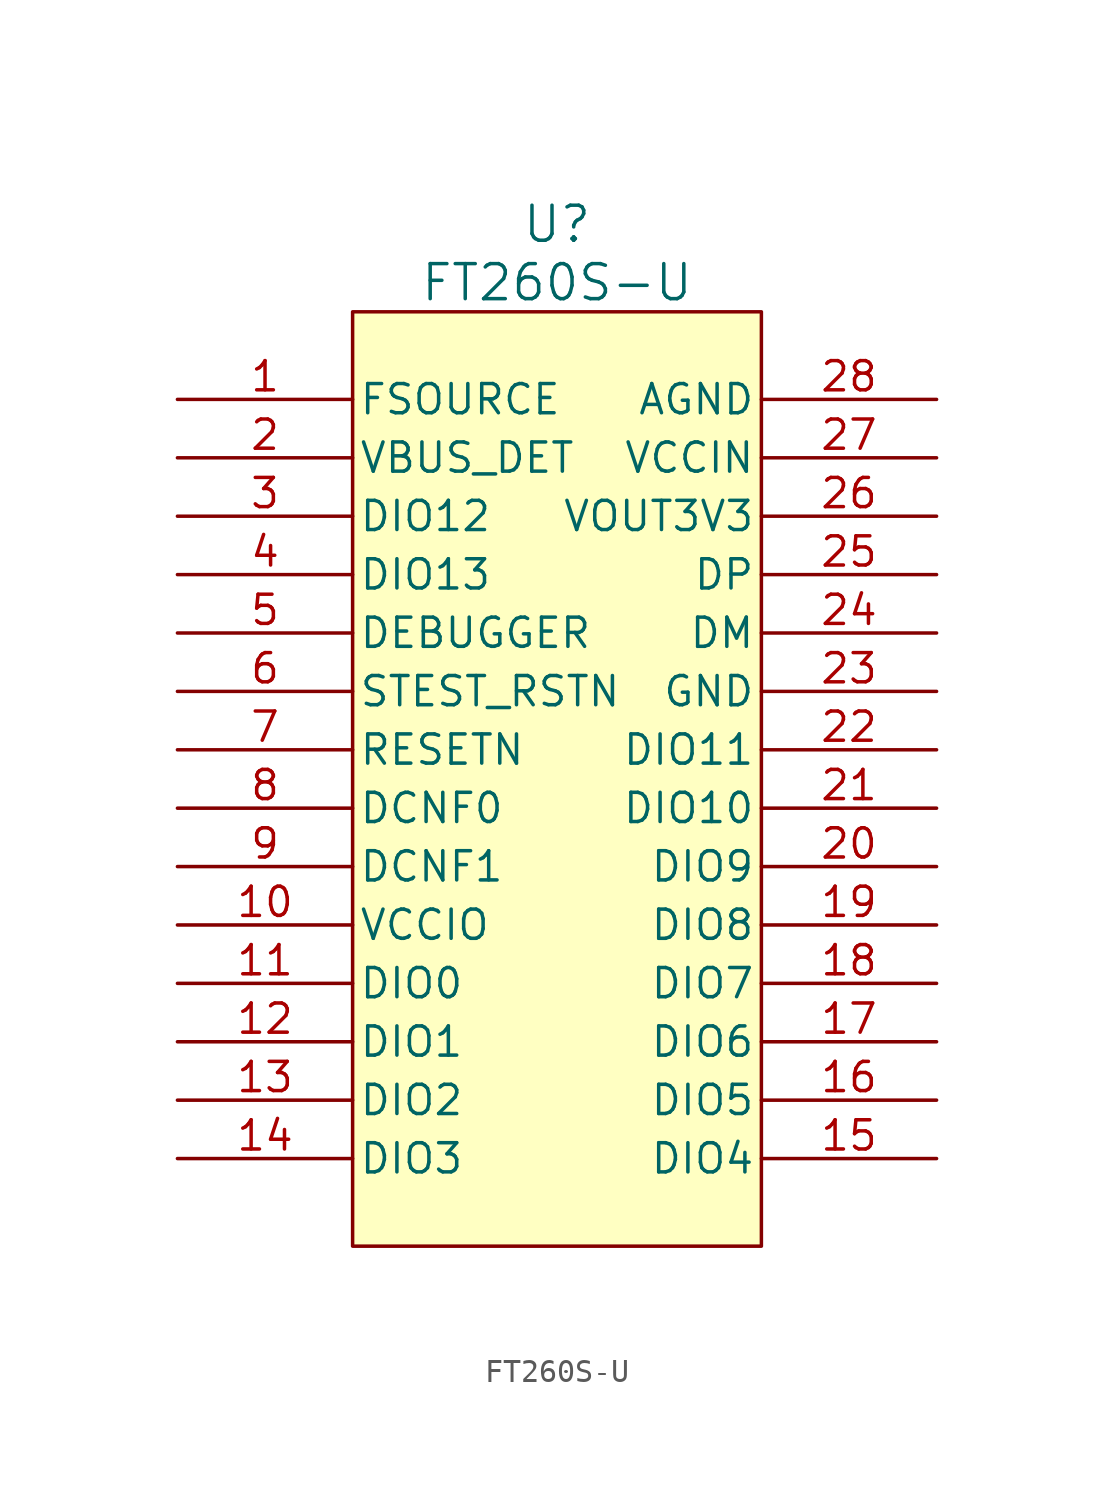
<source format=kicad_sym>
(kicad_symbol_lib
  (version 20220914)
  (generator kicad_symbol_editor)
  (symbol "FT260S-U"
    (pin_names
      (offset 0.254))
    (property "Reference" "U"
      (at 0 2.54 0)
      (effects (font (size 1.524 1.524))))
    (property "Value" "FT260S-U"
      (at 0 0 0)
      (effects (font (size 1.524 1.524))))
    (property "ki_locked" ""
      (at 0 0 0)
      (effects (font (size 1.27 1.27))))
    (symbol "FT260S-U_0_1"
      (pin power_in line (at -16.51 -5.08 0) (length 7.62) (name "FSOURCE" (effects (font (size 1.27 1.27)))) (number "1" (effects (font (size 1.27 1.27)))))
      (pin power_in line (at -16.51 -27.94 0) (length 7.62) (name "VCCIO" (effects (font (size 1.27 1.27)))) (number "10" (effects (font (size 1.27 1.27)))))
      (pin bidirectional line (at -16.51 -30.48 0) (length 7.62) (name "DIO0" (effects (font (size 1.27 1.27)))) (number "11" (effects (font (size 1.27 1.27)))))
      (pin bidirectional line (at -16.51 -33.02 0) (length 7.62) (name "DIO1" (effects (font (size 1.27 1.27)))) (number "12" (effects (font (size 1.27 1.27)))))
      (pin bidirectional line (at -16.51 -35.56 0) (length 7.62) (name "DIO2" (effects (font (size 1.27 1.27)))) (number "13" (effects (font (size 1.27 1.27)))))
      (pin bidirectional line (at -16.51 -38.1 0) (length 7.62) (name "DIO3" (effects (font (size 1.27 1.27)))) (number "14" (effects (font (size 1.27 1.27)))))
      (pin bidirectional line (at 16.51 -38.1 180) (length 7.62) (name "DIO4" (effects (font (size 1.27 1.27)))) (number "15" (effects (font (size 1.27 1.27)))))
      (pin bidirectional line (at 16.51 -35.56 180) (length 7.62) (name "DIO5" (effects (font (size 1.27 1.27)))) (number "16" (effects (font (size 1.27 1.27)))))
      (pin bidirectional line (at 16.51 -33.02 180) (length 7.62) (name "DIO6" (effects (font (size 1.27 1.27)))) (number "17" (effects (font (size 1.27 1.27)))))
      (pin bidirectional line (at 16.51 -30.48 180) (length 7.62) (name "DIO7" (effects (font (size 1.27 1.27)))) (number "18" (effects (font (size 1.27 1.27)))))
      (pin bidirectional line (at 16.51 -27.94 180) (length 7.62) (name "DIO8" (effects (font (size 1.27 1.27)))) (number "19" (effects (font (size 1.27 1.27)))))
      (pin input line (at -16.51 -7.62 0) (length 7.62) (name "VBUS_DET" (effects (font (size 1.27 1.27)))) (number "2" (effects (font (size 1.27 1.27)))))
      (pin bidirectional line (at 16.51 -25.4 180) (length 7.62) (name "DIO9" (effects (font (size 1.27 1.27)))) (number "20" (effects (font (size 1.27 1.27)))))
      (pin bidirectional line (at 16.51 -22.86 180) (length 7.62) (name "DIO10" (effects (font (size 1.27 1.27)))) (number "21" (effects (font (size 1.27 1.27)))))
      (pin bidirectional line (at 16.51 -20.32 180) (length 7.62) (name "DIO11" (effects (font (size 1.27 1.27)))) (number "22" (effects (font (size 1.27 1.27)))))
      (pin bidirectional line (at 16.51 -15.24 180) (length 7.62) (name "DM" (effects (font (size 1.27 1.27)))) (number "24" (effects (font (size 1.27 1.27)))))
      (pin bidirectional line (at 16.51 -12.7 180) (length 7.62) (name "DP" (effects (font (size 1.27 1.27)))) (number "25" (effects (font (size 1.27 1.27)))))
      (pin power_in line (at 16.51 -10.16 180) (length 7.62) (name "VOUT3V3" (effects (font (size 1.27 1.27)))) (number "26" (effects (font (size 1.27 1.27)))))
      (pin power_in line (at 16.51 -7.62 180) (length 7.62) (name "VCCIN" (effects (font (size 1.27 1.27)))) (number "27" (effects (font (size 1.27 1.27)))))
      (pin bidirectional line (at -16.51 -10.16 0) (length 7.62) (name "DIO12" (effects (font (size 1.27 1.27)))) (number "3" (effects (font (size 1.27 1.27)))))
      (pin bidirectional line (at -16.51 -12.7 0) (length 7.62) (name "DIO13" (effects (font (size 1.27 1.27)))) (number "4" (effects (font (size 1.27 1.27)))))
      (pin bidirectional line (at -16.51 -15.24 0) (length 7.62) (name "DEBUGGER" (effects (font (size 1.27 1.27)))) (number "5" (effects (font (size 1.27 1.27)))))
      (pin input line (at -16.51 -17.78 0) (length 7.62) (name "STEST_RSTN" (effects (font (size 1.27 1.27)))) (number "6" (effects (font (size 1.27 1.27)))))
      (pin input line (at -16.51 -20.32 0) (length 7.62) (name "RESETN" (effects (font (size 1.27 1.27)))) (number "7" (effects (font (size 1.27 1.27)))))
      (pin input line (at -16.51 -22.86 0) (length 7.62) (name "DCNF0" (effects (font (size 1.27 1.27)))) (number "8" (effects (font (size 1.27 1.27)))))
      (pin input line (at -16.51 -25.4 0) (length 7.62) (name "DCNF1" (effects (font (size 1.27 1.27)))) (number "9" (effects (font (size 1.27 1.27))))))
    (symbol "FT260S-U_1_1"
      (rectangle (start -8.89 -1.27) (end 8.89 -41.91) (stroke (width 0) (type default)) (fill (type background)))
      (pin power_in line (at 16.51 -17.78 180) (length 7.62) (name "GND" (effects (font (size 1.27 1.27)))) (number "23" (effects (font (size 1.27 1.27)))))
      (pin power_in line (at 16.51 -5.08 180) (length 7.62) (name "AGND" (effects (font (size 1.27 1.27)))) (number "28" (effects (font (size 1.27 1.27))))))))
</source>
